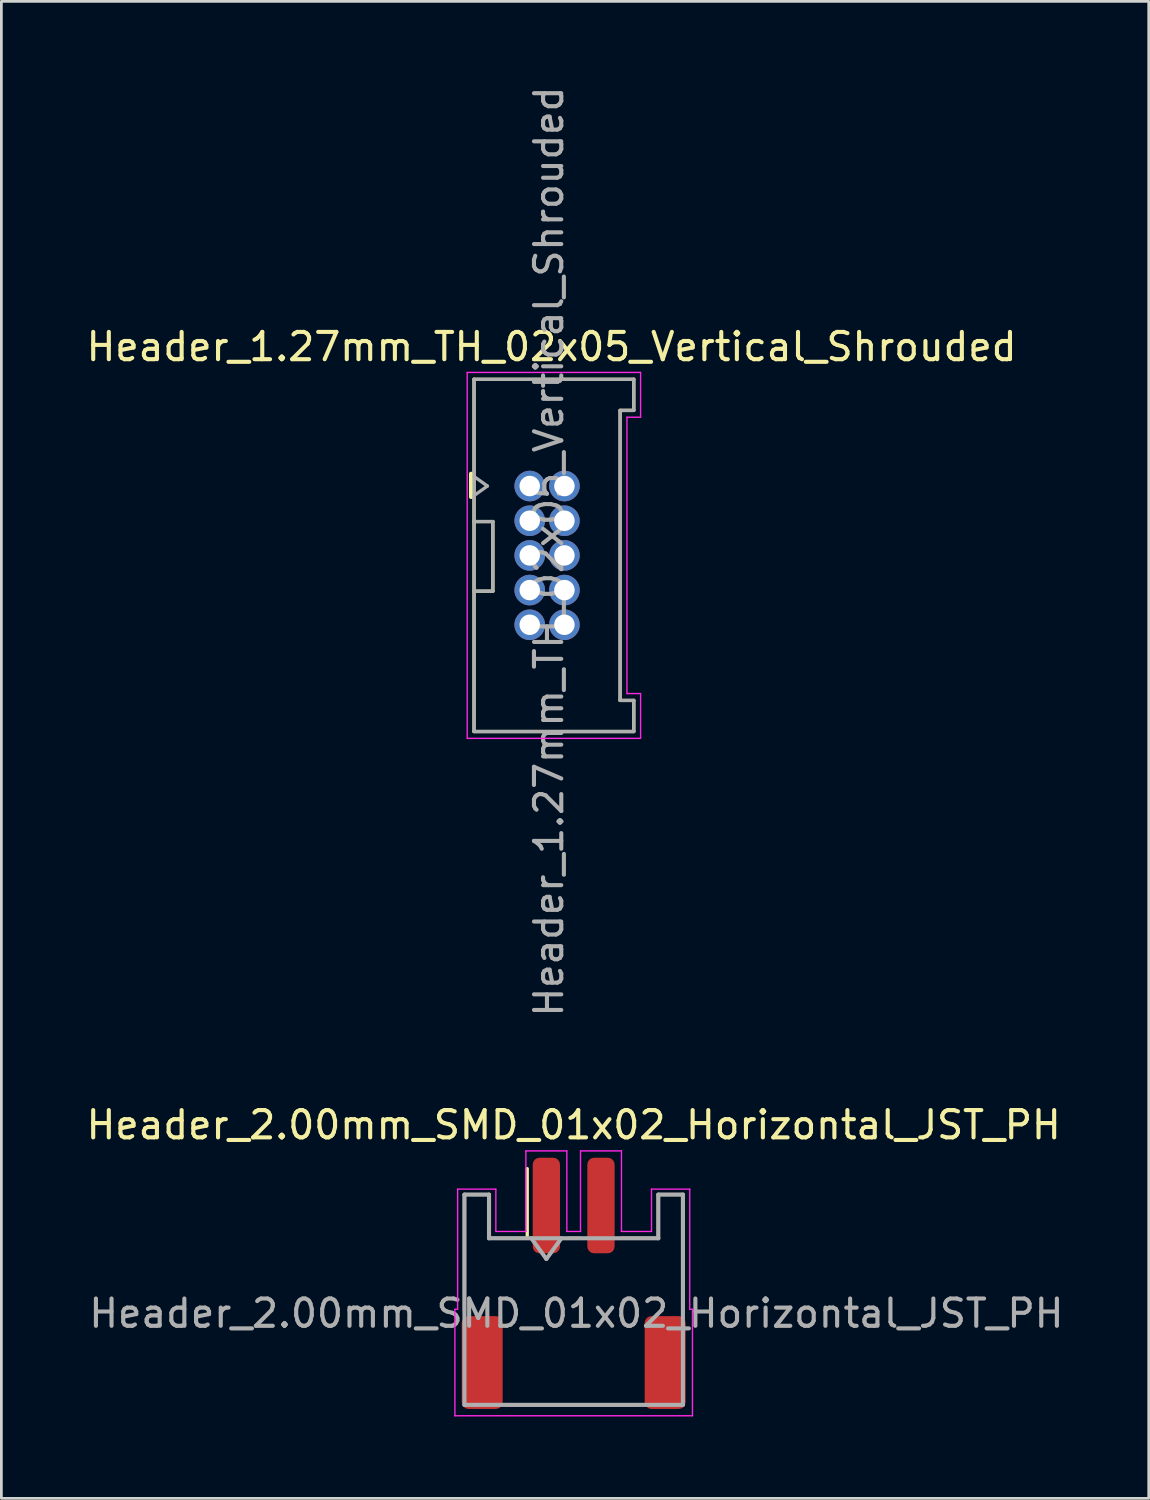
<source format=kicad_pcb>
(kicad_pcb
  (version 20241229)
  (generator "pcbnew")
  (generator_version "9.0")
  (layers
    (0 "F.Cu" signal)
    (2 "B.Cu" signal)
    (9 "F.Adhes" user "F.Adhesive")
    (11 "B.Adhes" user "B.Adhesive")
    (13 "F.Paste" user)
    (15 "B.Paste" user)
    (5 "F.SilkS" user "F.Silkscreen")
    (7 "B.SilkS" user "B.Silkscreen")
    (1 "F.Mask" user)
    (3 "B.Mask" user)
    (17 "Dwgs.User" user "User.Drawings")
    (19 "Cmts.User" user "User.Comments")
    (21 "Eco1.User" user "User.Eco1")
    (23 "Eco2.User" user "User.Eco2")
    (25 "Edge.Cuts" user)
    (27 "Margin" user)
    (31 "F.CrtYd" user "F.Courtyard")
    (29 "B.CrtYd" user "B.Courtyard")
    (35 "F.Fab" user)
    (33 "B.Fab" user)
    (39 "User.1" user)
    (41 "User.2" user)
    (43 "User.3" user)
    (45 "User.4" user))
  (footprint "Header_2.00mm_SMD_01x02_Horizontal_JST_PH"
    (layer "F.Cu")
    (at 17.958 43.946)
    (property "Reference" "Header_2.00mm_SMD_01x02_Horizontal_JST_PH" (at 0 -5.8 0) (layer "F.SilkS") (effects (font (size 1 1) (thickness 0.15))))
    (attr smd)
    (fp_line (start -4 -3.25) (end -3.1 -3.25) (stroke (width 0.12) (type solid)) (layer "F.SilkS"))
    (fp_line (start -4 1) (end -4 -3.25) (stroke (width 0.12) (type solid)) (layer "F.SilkS"))
    (fp_line (start -3.1 -3.25) (end -3.1 -1.65) (stroke (width 0.12) (type solid)) (layer "F.SilkS"))
    (fp_line (start -3.1 -1.65) (end -1.7 -1.65) (stroke (width 0.12) (type solid)) (layer "F.SilkS"))
    (fp_line (start -2.34 4.45) (end 2.34 4.45) (stroke (width 0.12) (type solid)) (layer "F.SilkS"))
    (fp_line (start -1.7 -1.65) (end -1.7 -4.2) (stroke (width 0.12) (type solid)) (layer "F.SilkS"))
    (fp_line (start 0.25 -1.65) (end -0.2 -1.65) (stroke (width 0.12) (type solid)) (layer "F.SilkS"))
    (fp_line (start 3.1 -3.25) (end 3.1 -1.65) (stroke (width 0.12) (type solid)) (layer "F.SilkS"))
    (fp_line (start 3.1 -1.65) (end 1.75 -1.65) (stroke (width 0.12) (type solid)) (layer "F.SilkS"))
    (fp_line (start 4 -3.25) (end 3.1 -3.25) (stroke (width 0.12) (type solid)) (layer "F.SilkS"))
    (fp_line (start 4 1) (end 4 -3.25) (stroke (width 0.12) (type solid)) (layer "F.SilkS"))
    (fp_line (start -4.35 0.95) (end -4.25 0.95) (stroke (width 0.05) (type solid)) (layer "F.CrtYd"))
    (fp_line (start -4.35 4.85) (end -4.35 0.95) (stroke (width 0.05) (type solid)) (layer "F.CrtYd"))
    (fp_line (start -4.35 4.85) (end 4.35 4.85) (stroke (width 0.05) (type solid)) (layer "F.CrtYd"))
    (fp_line (start -4.25 -3.45) (end -2.85 -3.45) (stroke (width 0.05) (type solid)) (layer "F.CrtYd"))
    (fp_line (start -4.25 0.95) (end -4.25 -3.45) (stroke (width 0.05) (type solid)) (layer "F.CrtYd"))
    (fp_line (start -2.85 -3.45) (end -2.85 -1.9) (stroke (width 0.05) (type solid)) (layer "F.CrtYd"))
    (fp_line (start -2.85 -1.9) (end -1.75 -1.9) (stroke (width 0.05) (type solid)) (layer "F.CrtYd"))
    (fp_line (start -1.75 -4.85) (end -1.75 -1.9) (stroke (width 0.05) (type solid)) (layer "F.CrtYd"))
    (fp_line (start -0.25 -4.85) (end -1.75 -4.85) (stroke (width 0.05) (type solid)) (layer "F.CrtYd"))
    (fp_line (start -0.25 -1.9) (end -0.25 -4.85) (stroke (width 0.05) (type solid)) (layer "F.CrtYd"))
    (fp_line (start 0.25 -1.9) (end -0.25 -1.9) (stroke (width 0.05) (type solid)) (layer "F.CrtYd"))
    (fp_line (start 0.25 -1.9) (end 0.25 -4.85) (stroke (width 0.05) (type solid)) (layer "F.CrtYd"))
    (fp_line (start 1.75 -4.85) (end 0.25 -4.85) (stroke (width 0.05) (type solid)) (layer "F.CrtYd"))
    (fp_line (start 1.75 -4.85) (end 1.75 -1.9) (stroke (width 0.05) (type solid)) (layer "F.CrtYd"))
    (fp_line (start 2.85 -3.45) (end 2.85 -1.9) (stroke (width 0.05) (type solid)) (layer "F.CrtYd"))
    (fp_line (start 2.85 -1.9) (end 1.75 -1.9) (stroke (width 0.05) (type solid)) (layer "F.CrtYd"))
    (fp_line (start 4.25 -3.45) (end 2.85 -3.45) (stroke (width 0.05) (type solid)) (layer "F.CrtYd"))
    (fp_line (start 4.25 0.95) (end 4.25 -3.45) (stroke (width 0.05) (type solid)) (layer "F.CrtYd"))
    (fp_line (start 4.35 0.95) (end 4.25 0.95) (stroke (width 0.05) (type solid)) (layer "F.CrtYd"))
    (fp_line (start 4.35 4.85) (end 4.35 0.95) (stroke (width 0.05) (type solid)) (layer "F.CrtYd"))
    (fp_line (start -4 -3.25) (end -4 4.45) (stroke (width 0.15) (type solid)) (layer "F.Fab"))
    (fp_line (start -4 -3.25) (end -3.1 -3.25) (stroke (width 0.15) (type solid)) (layer "F.Fab"))
    (fp_line (start -4 4.45) (end 4 4.45) (stroke (width 0.15) (type solid)) (layer "F.Fab"))
    (fp_line (start -3.1 -3.25) (end -3.1 -1.65) (stroke (width 0.15) (type solid)) (layer "F.Fab"))
    (fp_line (start -3.1 -1.65) (end 3.1 -1.65) (stroke (width 0.15) (type solid)) (layer "F.Fab"))
    (fp_line (start -1.55 -1.65) (end -1 -0.893) (stroke (width 0.15) (type solid)) (layer "F.Fab"))
    (fp_line (start -1 -0.893) (end -0.45 -1.65) (stroke (width 0.15) (type solid)) (layer "F.Fab"))
    (fp_line (start 3.1 -3.25) (end 4 -3.25) (stroke (width 0.15) (type solid)) (layer "F.Fab"))
    (fp_line (start 3.1 -1.65) (end 3.1 -3.25) (stroke (width 0.15) (type solid)) (layer "F.Fab"))
    (fp_line (start 4 -3.25) (end 4 4.45) (stroke (width 0.15) (type solid)) (layer "F.Fab"))
    (fp_text user "${REFERENCE}" (at 0.1 1.1 0) (layer "F.Fab") (effects (font (size 1 1) (thickness 0.15))))
    (pad "1" smd roundrect (at -1 -2.85) (size 1 3.5) (layers "F.Cu" "F.Mask" "F.Paste") (roundrect_rratio 0.25))
    (pad "2" smd roundrect (at 1 -2.85) (size 1 3.5) (layers "F.Cu" "F.Mask" "F.Paste") (roundrect_rratio 0.25))
    (pad "MP" smd roundrect (at -3.35 2.9) (size 1.5 3.4) (layers "F.Cu" "F.Mask" "F.Paste") (roundrect_rratio 0.167))
    (pad "MP" smd roundrect (at 3.35 2.9) (size 1.5 3.4) (layers "F.Cu" "F.Mask" "F.Paste") (roundrect_rratio 0.167)))
  (footprint "Header_1.27mm_TH_02x05_Vertical_Shrouded"
    (layer "F.Cu")
    (at 16.349 14.749)
    (property "Reference" "Header_1.27mm_TH_02x05_Vertical_Shrouded" (at 0.8 -5.1 0) (unlocked yes) (layer "F.SilkS") (effects (font (size 1 1) (thickness 0.15))))
    (attr through_hole)
    (fp_line (start -2.15 -0.45) (end -2.15 0.4) (stroke (width 0.15) (type solid)) (layer "F.SilkS"))
    (fp_line (start -2.04 -3.91) (end 3.81 -3.91) (stroke (width 0.12) (type solid)) (layer "F.SilkS"))
    (fp_line (start -2.04 1.3) (end -1.35 1.3) (stroke (width 0.12) (type solid)) (layer "F.SilkS"))
    (fp_line (start -2.04 8.99) (end -2.04 -3.91) (stroke (width 0.12) (type solid)) (layer "F.SilkS"))
    (fp_line (start -1.35 3.85) (end -2.04 3.85) (stroke (width 0.12) (type solid)) (layer "F.SilkS"))
    (fp_line (start -1.35 3.85) (end -1.35 1.3) (stroke (width 0.12) (type solid)) (layer "F.SilkS"))
    (fp_line (start 3.31 -2.77) (end 3.31 7.85) (stroke (width 0.12) (type solid)) (layer "F.SilkS"))
    (fp_line (start 3.81 -3.91) (end 3.81 -2.77) (stroke (width 0.12) (type solid)) (layer "F.SilkS"))
    (fp_line (start 3.81 -2.77) (end 3.31 -2.77) (stroke (width 0.12) (type solid)) (layer "F.SilkS"))
    (fp_line (start 3.81 7.85) (end 3.31 7.85) (stroke (width 0.12) (type solid)) (layer "F.SilkS"))
    (fp_line (start 3.81 7.85) (end 3.81 8.99) (stroke (width 0.12) (type solid)) (layer "F.SilkS"))
    (fp_line (start 3.81 8.99) (end -2.04 8.99) (stroke (width 0.12) (type solid)) (layer "F.SilkS"))
    (fp_line (start -2.29 -4.16) (end 4.06 -4.16) (stroke (width 0.05) (type solid)) (layer "F.CrtYd"))
    (fp_line (start -2.29 9.24) (end -2.29 -4.16) (stroke (width 0.05) (type solid)) (layer "F.CrtYd"))
    (fp_line (start 3.56 -2.52) (end 3.56 7.6) (stroke (width 0.05) (type solid)) (layer "F.CrtYd"))
    (fp_line (start 4.05 9.24) (end -2.29 9.24) (stroke (width 0.05) (type solid)) (layer "F.CrtYd"))
    (fp_line (start 4.06 -4.16) (end 4.06 -2.52) (stroke (width 0.05) (type solid)) (layer "F.CrtYd"))
    (fp_line (start 4.06 -2.52) (end 3.56 -2.52) (stroke (width 0.05) (type solid)) (layer "F.CrtYd"))
    (fp_line (start 4.06 7.6) (end 3.56 7.6) (stroke (width 0.05) (type solid)) (layer "F.CrtYd"))
    (fp_line (start 4.06 7.6) (end 4.06 9.24) (stroke (width 0.05) (type solid)) (layer "F.CrtYd"))
    (fp_line (start -2.04 -3.91) (end 3.81 -3.91) (stroke (width 0.12) (type solid)) (layer "F.Fab"))
    (fp_line (start -2.04 0.35) (end -1.55 0) (stroke (width 0.12) (type solid)) (layer "F.Fab"))
    (fp_line (start -2.04 1.3) (end -1.35 1.3) (stroke (width 0.12) (type solid)) (layer "F.Fab"))
    (fp_line (start -2.04 8.99) (end -2.04 -3.91) (stroke (width 0.12) (type solid)) (layer "F.Fab"))
    (fp_line (start -1.55 0) (end -2.04 -0.35) (stroke (width 0.12) (type solid)) (layer "F.Fab"))
    (fp_line (start -1.35 3.85) (end -2.04 3.85) (stroke (width 0.12) (type solid)) (layer "F.Fab"))
    (fp_line (start -1.35 3.85) (end -1.35 1.3) (stroke (width 0.12) (type solid)) (layer "F.Fab"))
    (fp_line (start 3.31 -2.77) (end 3.31 7.85) (stroke (width 0.12) (type solid)) (layer "F.Fab"))
    (fp_line (start 3.81 -3.91) (end 3.81 -2.77) (stroke (width 0.12) (type solid)) (layer "F.Fab"))
    (fp_line (start 3.81 -2.77) (end 3.31 -2.77) (stroke (width 0.12) (type solid)) (layer "F.Fab"))
    (fp_line (start 3.81 7.85) (end 3.31 7.85) (stroke (width 0.12) (type solid)) (layer "F.Fab"))
    (fp_line (start 3.81 7.85) (end 3.81 8.99) (stroke (width 0.12) (type solid)) (layer "F.Fab"))
    (fp_line (start 3.81 8.99) (end -2.04 8.99) (stroke (width 0.12) (type solid)) (layer "F.Fab"))
    (fp_text user "${REFERENCE}" (at 0.7 2.4 90) (layer "F.Fab") (effects (font (size 1 1) (thickness 0.15))))
    (pad "1" thru_hole circle (at 0 0) (size 1.12 1.12) (drill 0.75) (layers "*.Cu" "*.Mask"))
    (pad "2" thru_hole circle (at 1.27 0) (size 1.12 1.12) (drill 0.75) (layers "*.Cu" "*.Mask"))
    (pad "3" thru_hole circle (at 0 1.27) (size 1.12 1.12) (drill 0.75) (layers "*.Cu" "*.Mask"))
    (pad "4" thru_hole circle (at 1.27 1.27) (size 1.12 1.12) (drill 0.75) (layers "*.Cu" "*.Mask"))
    (pad "5" thru_hole circle (at 0 2.54) (size 1.12 1.12) (drill 0.75) (layers "*.Cu" "*.Mask"))
    (pad "6" thru_hole circle (at 1.27 2.54) (size 1.12 1.12) (drill 0.75) (layers "*.Cu" "*.Mask"))
    (pad "7" thru_hole circle (at 0 3.81) (size 1.12 1.12) (drill 0.75) (layers "*.Cu" "*.Mask"))
    (pad "8" thru_hole circle (at 1.27 3.81) (size 1.12 1.12) (drill 0.75) (layers "*.Cu" "*.Mask"))
    (pad "9" thru_hole circle (at 0 5.08) (size 1.12 1.12) (drill 0.75) (layers "*.Cu" "*.Mask"))
    (pad "10" thru_hole circle (at 1.27 5.08) (size 1.12 1.12) (drill 0.75) (layers "*.Cu" "*.Mask")))
  (gr_rect
    (start -3 -3)
    (end 39.017 51.821)
    (stroke (width 0.1) (type default))
    (fill no)
    (layer "Edge.Cuts")))
</source>
